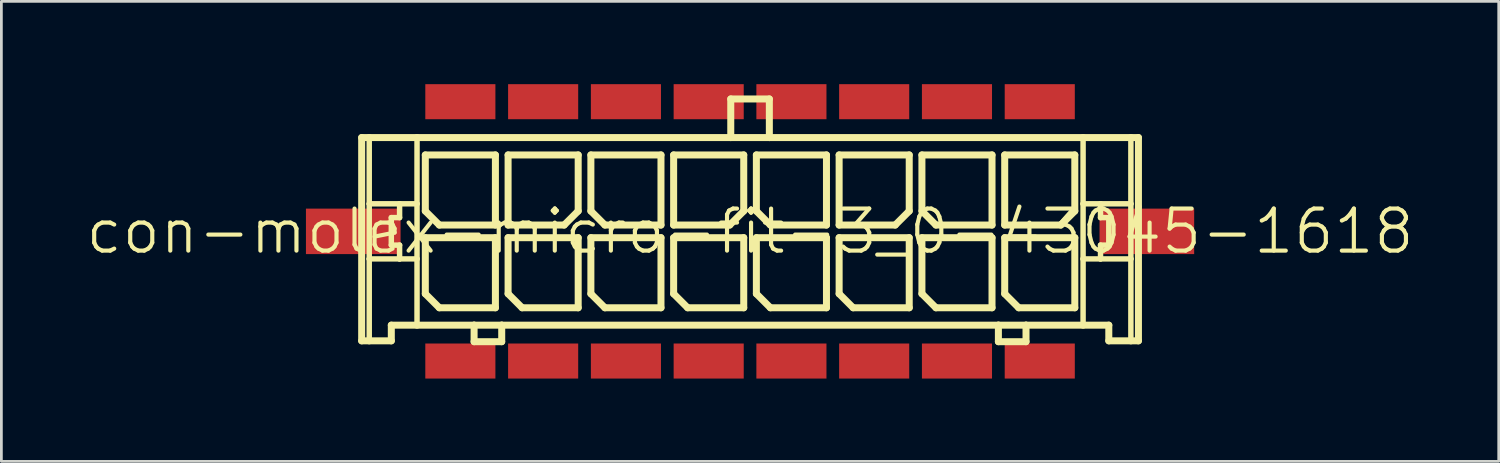
<source format=kicad_pcb>
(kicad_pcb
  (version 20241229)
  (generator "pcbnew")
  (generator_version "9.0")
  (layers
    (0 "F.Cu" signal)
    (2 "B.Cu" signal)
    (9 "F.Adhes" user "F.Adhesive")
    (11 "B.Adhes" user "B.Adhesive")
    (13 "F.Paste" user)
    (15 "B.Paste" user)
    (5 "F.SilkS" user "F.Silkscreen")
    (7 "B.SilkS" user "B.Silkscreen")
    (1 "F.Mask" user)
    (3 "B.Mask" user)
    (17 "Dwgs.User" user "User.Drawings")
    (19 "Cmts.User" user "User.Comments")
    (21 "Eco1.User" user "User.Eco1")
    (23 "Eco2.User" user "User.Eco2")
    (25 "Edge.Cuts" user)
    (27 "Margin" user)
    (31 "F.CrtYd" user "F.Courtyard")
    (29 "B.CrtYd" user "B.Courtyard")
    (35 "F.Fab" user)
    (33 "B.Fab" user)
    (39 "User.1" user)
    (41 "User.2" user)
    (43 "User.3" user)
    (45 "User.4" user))
  (footprint "con-molex-micro-fit-3_0-43045-1618"
    (layer "F.Cu")
    (at 24.13 5.334)
    (property "Reference" "con-molex-micro-fit-3_0-43045-1618" (at 0 0 0) (layer "F.SilkS") (effects (font (size 1.524 1.524) (thickness 0.15))))
    (attr smd)
    (fp_line (start -14.074 -3.399) (end -13.8 -3.399) (stroke (width 0.254) (type solid)) (layer "F.SilkS"))
    (fp_line (start -14.074 3.967) (end -14.074 -3.399) (stroke (width 0.254) (type solid)) (layer "F.SilkS"))
    (fp_line (start -13.8 -3.399) (end -12.068 -3.399) (stroke (width 0.254) (type solid)) (layer "F.SilkS"))
    (fp_line (start -13.8 -0.998) (end -13.8 -3.399) (stroke (width 0.198) (type solid)) (layer "F.SilkS"))
    (fp_line (start -13.8 0.998) (end -13.8 -0.998) (stroke (width 0.198) (type solid)) (layer "F.SilkS"))
    (fp_line (start -13.8 3.967) (end -14.074 3.967) (stroke (width 0.254) (type solid)) (layer "F.SilkS"))
    (fp_line (start -13.8 3.967) (end -13.8 0.998) (stroke (width 0.198) (type solid)) (layer "F.SilkS"))
    (fp_line (start -13 -0.498) (end -13 0.498) (stroke (width 0.198) (type solid)) (layer "F.SilkS"))
    (fp_line (start -13 0.498) (end -12.7 0.498) (stroke (width 0.198) (type solid)) (layer "F.SilkS"))
    (fp_line (start -13 3.399) (end -13 3.967) (stroke (width 0.254) (type solid)) (layer "F.SilkS"))
    (fp_line (start -13 3.967) (end -13.8 3.967) (stroke (width 0.254) (type solid)) (layer "F.SilkS"))
    (fp_line (start -12.7 -0.998) (end -13.8 -0.998) (stroke (width 0.198) (type solid)) (layer "F.SilkS"))
    (fp_line (start -12.7 -0.998) (end -12.7 -0.498) (stroke (width 0.198) (type solid)) (layer "F.SilkS"))
    (fp_line (start -12.7 -0.498) (end -13 -0.498) (stroke (width 0.198) (type solid)) (layer "F.SilkS"))
    (fp_line (start -12.7 0.498) (end -12.7 0.998) (stroke (width 0.198) (type solid)) (layer "F.SilkS"))
    (fp_line (start -12.7 0.998) (end -13.8 0.998) (stroke (width 0.198) (type solid)) (layer "F.SilkS"))
    (fp_line (start -12.068 -3.399) (end -0.699 -3.399) (stroke (width 0.254) (type solid)) (layer "F.SilkS"))
    (fp_line (start -12.068 -0.998) (end -12.7 -0.998) (stroke (width 0.198) (type solid)) (layer "F.SilkS"))
    (fp_line (start -12.068 -0.998) (end -12.068 -3.399) (stroke (width 0.198) (type solid)) (layer "F.SilkS"))
    (fp_line (start -12.068 0.998) (end -12.7 0.998) (stroke (width 0.198) (type solid)) (layer "F.SilkS"))
    (fp_line (start -12.068 0.998) (end -12.068 -0.998) (stroke (width 0.198) (type solid)) (layer "F.SilkS"))
    (fp_line (start -12.068 3.399) (end -13 3.399) (stroke (width 0.254) (type solid)) (layer "F.SilkS"))
    (fp_line (start -12.068 3.399) (end -12.068 0.998) (stroke (width 0.198) (type solid)) (layer "F.SilkS"))
    (fp_line (start -11.768 -2.769) (end -9.228 -2.769) (stroke (width 0.254) (type solid)) (layer "F.SilkS"))
    (fp_line (start -11.768 -0.737) (end -11.768 -2.769) (stroke (width 0.254) (type solid)) (layer "F.SilkS"))
    (fp_line (start -11.768 0.229) (end -9.228 0.229) (stroke (width 0.254) (type solid)) (layer "F.SilkS"))
    (fp_line (start -11.768 2.261) (end -11.768 0.229) (stroke (width 0.254) (type solid)) (layer "F.SilkS"))
    (fp_line (start -11.26 -0.229) (end -11.768 -0.737) (stroke (width 0.254) (type solid)) (layer "F.SilkS"))
    (fp_line (start -11.26 2.769) (end -11.768 2.261) (stroke (width 0.254) (type solid)) (layer "F.SilkS"))
    (fp_line (start -10 3.399) (end -12.068 3.399) (stroke (width 0.254) (type solid)) (layer "F.SilkS"))
    (fp_line (start -10 3.399) (end -10 3.998) (stroke (width 0.254) (type solid)) (layer "F.SilkS"))
    (fp_line (start -10 3.998) (end -8.999 3.998) (stroke (width 0.254) (type solid)) (layer "F.SilkS"))
    (fp_line (start -9.228 -2.769) (end -9.228 -0.229) (stroke (width 0.254) (type solid)) (layer "F.SilkS"))
    (fp_line (start -9.228 -0.229) (end -11.26 -0.229) (stroke (width 0.254) (type solid)) (layer "F.SilkS"))
    (fp_line (start -9.228 0.229) (end -9.228 2.769) (stroke (width 0.254) (type solid)) (layer "F.SilkS"))
    (fp_line (start -9.228 2.769) (end -11.26 2.769) (stroke (width 0.254) (type solid)) (layer "F.SilkS"))
    (fp_line (start -8.999 3.399) (end -10 3.399) (stroke (width 0.254) (type solid)) (layer "F.SilkS"))
    (fp_line (start -8.999 3.998) (end -8.999 3.399) (stroke (width 0.254) (type solid)) (layer "F.SilkS"))
    (fp_line (start -8.768 -2.769) (end -8.768 -0.229) (stroke (width 0.254) (type solid)) (layer "F.SilkS"))
    (fp_line (start -8.768 -0.229) (end -6.736 -0.229) (stroke (width 0.254) (type solid)) (layer "F.SilkS"))
    (fp_line (start -8.768 0.229) (end -6.228 0.229) (stroke (width 0.254) (type solid)) (layer "F.SilkS"))
    (fp_line (start -8.768 2.261) (end -8.768 0.229) (stroke (width 0.254) (type solid)) (layer "F.SilkS"))
    (fp_line (start -8.26 2.769) (end -8.768 2.261) (stroke (width 0.254) (type solid)) (layer "F.SilkS"))
    (fp_line (start -6.736 -0.229) (end -6.228 -0.737) (stroke (width 0.254) (type solid)) (layer "F.SilkS"))
    (fp_line (start -6.228 -2.769) (end -8.768 -2.769) (stroke (width 0.254) (type solid)) (layer "F.SilkS"))
    (fp_line (start -6.228 -0.737) (end -6.228 -2.769) (stroke (width 0.254) (type solid)) (layer "F.SilkS"))
    (fp_line (start -6.228 0.229) (end -6.228 2.769) (stroke (width 0.254) (type solid)) (layer "F.SilkS"))
    (fp_line (start -6.228 2.769) (end -8.26 2.769) (stroke (width 0.254) (type solid)) (layer "F.SilkS"))
    (fp_line (start -5.768 -2.769) (end -3.228 -2.769) (stroke (width 0.254) (type solid)) (layer "F.SilkS"))
    (fp_line (start -5.768 -0.737) (end -5.768 -2.769) (stroke (width 0.254) (type solid)) (layer "F.SilkS"))
    (fp_line (start -5.768 0.229) (end -3.228 0.229) (stroke (width 0.254) (type solid)) (layer "F.SilkS"))
    (fp_line (start -5.768 2.261) (end -5.768 0.229) (stroke (width 0.254) (type solid)) (layer "F.SilkS"))
    (fp_line (start -5.26 -0.229) (end -5.768 -0.737) (stroke (width 0.254) (type solid)) (layer "F.SilkS"))
    (fp_line (start -5.26 2.769) (end -5.768 2.261) (stroke (width 0.254) (type solid)) (layer "F.SilkS"))
    (fp_line (start -3.228 -2.769) (end -3.228 -0.229) (stroke (width 0.254) (type solid)) (layer "F.SilkS"))
    (fp_line (start -3.228 -0.229) (end -5.26 -0.229) (stroke (width 0.254) (type solid)) (layer "F.SilkS"))
    (fp_line (start -3.228 0.229) (end -3.228 2.769) (stroke (width 0.254) (type solid)) (layer "F.SilkS"))
    (fp_line (start -3.228 2.769) (end -5.26 2.769) (stroke (width 0.254) (type solid)) (layer "F.SilkS"))
    (fp_line (start -2.769 -2.769) (end -2.769 -0.229) (stroke (width 0.254) (type solid)) (layer "F.SilkS"))
    (fp_line (start -2.769 -0.229) (end -0.737 -0.229) (stroke (width 0.254) (type solid)) (layer "F.SilkS"))
    (fp_line (start -2.769 0.229) (end -0.229 0.229) (stroke (width 0.254) (type solid)) (layer "F.SilkS"))
    (fp_line (start -2.769 2.261) (end -2.769 0.229) (stroke (width 0.254) (type solid)) (layer "F.SilkS"))
    (fp_line (start -2.261 2.769) (end -2.769 2.261) (stroke (width 0.254) (type solid)) (layer "F.SilkS"))
    (fp_line (start -0.737 -0.229) (end -0.229 -0.737) (stroke (width 0.254) (type solid)) (layer "F.SilkS"))
    (fp_line (start -0.699 -4.798) (end -0.699 -3.399) (stroke (width 0.254) (type solid)) (layer "F.SilkS"))
    (fp_line (start -0.699 -4.798) (end 0.699 -4.798) (stroke (width 0.254) (type solid)) (layer "F.SilkS"))
    (fp_line (start -0.699 -3.399) (end 0.699 -3.399) (stroke (width 0.254) (type solid)) (layer "F.SilkS"))
    (fp_line (start -0.229 -2.769) (end -2.769 -2.769) (stroke (width 0.254) (type solid)) (layer "F.SilkS"))
    (fp_line (start -0.229 -0.737) (end -0.229 -2.769) (stroke (width 0.254) (type solid)) (layer "F.SilkS"))
    (fp_line (start -0.229 0.229) (end -0.229 2.769) (stroke (width 0.254) (type solid)) (layer "F.SilkS"))
    (fp_line (start -0.229 2.769) (end -2.261 2.769) (stroke (width 0.254) (type solid)) (layer "F.SilkS"))
    (fp_line (start 0.229 -2.769) (end 2.769 -2.769) (stroke (width 0.254) (type solid)) (layer "F.SilkS"))
    (fp_line (start 0.229 -0.737) (end 0.229 -2.769) (stroke (width 0.254) (type solid)) (layer "F.SilkS"))
    (fp_line (start 0.229 0.229) (end 2.769 0.229) (stroke (width 0.254) (type solid)) (layer "F.SilkS"))
    (fp_line (start 0.229 2.261) (end 0.229 0.229) (stroke (width 0.254) (type solid)) (layer "F.SilkS"))
    (fp_line (start 0.699 -4.798) (end 0.699 -3.399) (stroke (width 0.254) (type solid)) (layer "F.SilkS"))
    (fp_line (start 0.699 -3.399) (end 12.068 -3.399) (stroke (width 0.254) (type solid)) (layer "F.SilkS"))
    (fp_line (start 0.737 -0.229) (end 0.229 -0.737) (stroke (width 0.254) (type solid)) (layer "F.SilkS"))
    (fp_line (start 0.737 2.769) (end 0.229 2.261) (stroke (width 0.254) (type solid)) (layer "F.SilkS"))
    (fp_line (start 2.769 -2.769) (end 2.769 -0.229) (stroke (width 0.254) (type solid)) (layer "F.SilkS"))
    (fp_line (start 2.769 -0.229) (end 0.737 -0.229) (stroke (width 0.254) (type solid)) (layer "F.SilkS"))
    (fp_line (start 2.769 0.229) (end 2.769 2.769) (stroke (width 0.254) (type solid)) (layer "F.SilkS"))
    (fp_line (start 2.769 2.769) (end 0.737 2.769) (stroke (width 0.254) (type solid)) (layer "F.SilkS"))
    (fp_line (start 3.228 -2.769) (end 3.228 -0.229) (stroke (width 0.254) (type solid)) (layer "F.SilkS"))
    (fp_line (start 3.228 -0.229) (end 5.26 -0.229) (stroke (width 0.254) (type solid)) (layer "F.SilkS"))
    (fp_line (start 3.228 0.229) (end 5.768 0.229) (stroke (width 0.254) (type solid)) (layer "F.SilkS"))
    (fp_line (start 3.228 2.261) (end 3.228 0.229) (stroke (width 0.254) (type solid)) (layer "F.SilkS"))
    (fp_line (start 3.736 2.769) (end 3.228 2.261) (stroke (width 0.254) (type solid)) (layer "F.SilkS"))
    (fp_line (start 5.26 -0.229) (end 5.768 -0.737) (stroke (width 0.254) (type solid)) (layer "F.SilkS"))
    (fp_line (start 5.768 -2.769) (end 3.228 -2.769) (stroke (width 0.254) (type solid)) (layer "F.SilkS"))
    (fp_line (start 5.768 -0.737) (end 5.768 -2.769) (stroke (width 0.254) (type solid)) (layer "F.SilkS"))
    (fp_line (start 5.768 0.229) (end 5.768 2.769) (stroke (width 0.254) (type solid)) (layer "F.SilkS"))
    (fp_line (start 5.768 2.769) (end 3.736 2.769) (stroke (width 0.254) (type solid)) (layer "F.SilkS"))
    (fp_line (start 6.228 -2.769) (end 8.768 -2.769) (stroke (width 0.254) (type solid)) (layer "F.SilkS"))
    (fp_line (start 6.228 -0.737) (end 6.228 -2.769) (stroke (width 0.254) (type solid)) (layer "F.SilkS"))
    (fp_line (start 6.228 0.229) (end 8.768 0.229) (stroke (width 0.254) (type solid)) (layer "F.SilkS"))
    (fp_line (start 6.228 2.261) (end 6.228 0.229) (stroke (width 0.254) (type solid)) (layer "F.SilkS"))
    (fp_line (start 6.736 -0.229) (end 6.228 -0.737) (stroke (width 0.254) (type solid)) (layer "F.SilkS"))
    (fp_line (start 6.736 2.769) (end 6.228 2.261) (stroke (width 0.254) (type solid)) (layer "F.SilkS"))
    (fp_line (start 8.768 -2.769) (end 8.768 -0.229) (stroke (width 0.254) (type solid)) (layer "F.SilkS"))
    (fp_line (start 8.768 -0.229) (end 6.736 -0.229) (stroke (width 0.254) (type solid)) (layer "F.SilkS"))
    (fp_line (start 8.768 0.229) (end 8.768 2.769) (stroke (width 0.254) (type solid)) (layer "F.SilkS"))
    (fp_line (start 8.768 2.769) (end 6.736 2.769) (stroke (width 0.254) (type solid)) (layer "F.SilkS"))
    (fp_line (start 8.999 3.399) (end -8.999 3.399) (stroke (width 0.254) (type solid)) (layer "F.SilkS"))
    (fp_line (start 8.999 3.399) (end 8.999 3.998) (stroke (width 0.254) (type solid)) (layer "F.SilkS"))
    (fp_line (start 8.999 3.998) (end 10 3.998) (stroke (width 0.254) (type solid)) (layer "F.SilkS"))
    (fp_line (start 9.228 -2.769) (end 9.228 -0.229) (stroke (width 0.254) (type solid)) (layer "F.SilkS"))
    (fp_line (start 9.228 -0.229) (end 11.26 -0.229) (stroke (width 0.254) (type solid)) (layer "F.SilkS"))
    (fp_line (start 9.228 0.229) (end 11.768 0.229) (stroke (width 0.254) (type solid)) (layer "F.SilkS"))
    (fp_line (start 9.228 2.261) (end 9.228 0.229) (stroke (width 0.254) (type solid)) (layer "F.SilkS"))
    (fp_line (start 9.736 2.769) (end 9.228 2.261) (stroke (width 0.254) (type solid)) (layer "F.SilkS"))
    (fp_line (start 10 3.399) (end 8.999 3.399) (stroke (width 0.254) (type solid)) (layer "F.SilkS"))
    (fp_line (start 10 3.998) (end 10 3.399) (stroke (width 0.254) (type solid)) (layer "F.SilkS"))
    (fp_line (start 11.26 -0.229) (end 11.768 -0.737) (stroke (width 0.254) (type solid)) (layer "F.SilkS"))
    (fp_line (start 11.768 -2.769) (end 9.228 -2.769) (stroke (width 0.254) (type solid)) (layer "F.SilkS"))
    (fp_line (start 11.768 -0.737) (end 11.768 -2.769) (stroke (width 0.254) (type solid)) (layer "F.SilkS"))
    (fp_line (start 11.768 0.229) (end 11.768 2.769) (stroke (width 0.254) (type solid)) (layer "F.SilkS"))
    (fp_line (start 11.768 2.769) (end 9.736 2.769) (stroke (width 0.254) (type solid)) (layer "F.SilkS"))
    (fp_line (start 12.068 -3.399) (end 12.068 -0.998) (stroke (width 0.198) (type solid)) (layer "F.SilkS"))
    (fp_line (start 12.068 -3.399) (end 13.8 -3.399) (stroke (width 0.254) (type solid)) (layer "F.SilkS"))
    (fp_line (start 12.068 -0.998) (end 12.068 0.998) (stroke (width 0.198) (type solid)) (layer "F.SilkS"))
    (fp_line (start 12.068 -0.998) (end 12.7 -0.998) (stroke (width 0.198) (type solid)) (layer "F.SilkS"))
    (fp_line (start 12.068 0.998) (end 12.068 3.399) (stroke (width 0.198) (type solid)) (layer "F.SilkS"))
    (fp_line (start 12.068 0.998) (end 12.7 0.998) (stroke (width 0.198) (type solid)) (layer "F.SilkS"))
    (fp_line (start 12.068 3.399) (end 10 3.399) (stroke (width 0.254) (type solid)) (layer "F.SilkS"))
    (fp_line (start 12.7 -0.998) (end 12.7 -0.498) (stroke (width 0.198) (type solid)) (layer "F.SilkS"))
    (fp_line (start 12.7 -0.998) (end 13.8 -0.998) (stroke (width 0.198) (type solid)) (layer "F.SilkS"))
    (fp_line (start 12.7 -0.498) (end 13 -0.498) (stroke (width 0.198) (type solid)) (layer "F.SilkS"))
    (fp_line (start 12.7 0.498) (end 12.7 0.998) (stroke (width 0.198) (type solid)) (layer "F.SilkS"))
    (fp_line (start 12.7 0.998) (end 13.8 0.998) (stroke (width 0.198) (type solid)) (layer "F.SilkS"))
    (fp_line (start 13 -0.498) (end 13 0.498) (stroke (width 0.198) (type solid)) (layer "F.SilkS"))
    (fp_line (start 13 0.498) (end 12.7 0.498) (stroke (width 0.198) (type solid)) (layer "F.SilkS"))
    (fp_line (start 13 3.399) (end 12.068 3.399) (stroke (width 0.254) (type solid)) (layer "F.SilkS"))
    (fp_line (start 13 3.967) (end 13 3.399) (stroke (width 0.254) (type solid)) (layer "F.SilkS"))
    (fp_line (start 13 3.967) (end 13.8 3.967) (stroke (width 0.254) (type solid)) (layer "F.SilkS"))
    (fp_line (start 13.8 -3.399) (end 14.074 -3.399) (stroke (width 0.254) (type solid)) (layer "F.SilkS"))
    (fp_line (start 13.8 -0.998) (end 13.8 -3.399) (stroke (width 0.198) (type solid)) (layer "F.SilkS"))
    (fp_line (start 13.8 0.998) (end 13.8 -0.998) (stroke (width 0.198) (type solid)) (layer "F.SilkS"))
    (fp_line (start 13.8 3.967) (end 13.8 0.998) (stroke (width 0.198) (type solid)) (layer "F.SilkS"))
    (fp_line (start 13.8 3.967) (end 14.074 3.967) (stroke (width 0.254) (type solid)) (layer "F.SilkS"))
    (fp_line (start 14.074 -3.399) (end 14.074 3.967) (stroke (width 0.254) (type solid)) (layer "F.SilkS"))
    (pad "CLIP" smd rect (at -14.379 0) (size 3.429 1.648) (layers "F.Cu" "F.Mask" "F.Paste"))
    (pad "CLIP" smd rect (at 14.379 0) (size 3.429 1.648) (layers "F.Cu" "F.Mask" "F.Paste"))
    (pad "P$1" smd rect (at 10.498 4.699) (size 2.54 1.27) (layers "F.Cu" "F.Mask" "F.Paste"))
    (pad "P$2" smd rect (at 7.498 4.699) (size 2.54 1.27) (layers "F.Cu" "F.Mask" "F.Paste"))
    (pad "P$3" smd rect (at 4.498 4.699) (size 2.54 1.27) (layers "F.Cu" "F.Mask" "F.Paste"))
    (pad "P$4" smd rect (at 1.499 4.699) (size 2.54 1.27) (layers "F.Cu" "F.Mask" "F.Paste"))
    (pad "P$5" smd rect (at -1.499 4.699) (size 2.54 1.27) (layers "F.Cu" "F.Mask" "F.Paste"))
    (pad "P$6" smd rect (at -4.498 4.699) (size 2.54 1.27) (layers "F.Cu" "F.Mask" "F.Paste"))
    (pad "P$7" smd rect (at -7.498 4.699) (size 2.54 1.27) (layers "F.Cu" "F.Mask" "F.Paste"))
    (pad "P$8" smd rect (at -10.498 4.699) (size 2.54 1.27) (layers "F.Cu" "F.Mask" "F.Paste"))
    (pad "P$9" smd rect (at 10.498 -4.699) (size 2.54 1.27) (layers "F.Cu" "F.Mask" "F.Paste"))
    (pad "P$10" smd rect (at 7.498 -4.699) (size 2.54 1.27) (layers "F.Cu" "F.Mask" "F.Paste"))
    (pad "P$11" smd rect (at 4.498 -4.699) (size 2.54 1.27) (layers "F.Cu" "F.Mask" "F.Paste"))
    (pad "P$12" smd rect (at 1.499 -4.699) (size 2.54 1.27) (layers "F.Cu" "F.Mask" "F.Paste"))
    (pad "P$13" smd rect (at -1.499 -4.699) (size 2.54 1.27) (layers "F.Cu" "F.Mask" "F.Paste"))
    (pad "P$14" smd rect (at -4.498 -4.699) (size 2.54 1.27) (layers "F.Cu" "F.Mask" "F.Paste"))
    (pad "P$15" smd rect (at -7.498 -4.699) (size 2.54 1.27) (layers "F.Cu" "F.Mask" "F.Paste"))
    (pad "P$16" smd rect (at -10.498 -4.699) (size 2.54 1.27) (layers "F.Cu" "F.Mask" "F.Paste")))
  (gr_rect
    (start -3 -3)
    (end 51.26 13.668)
    (stroke (width 0.1) (type default))
    (fill no)
    (layer "Edge.Cuts")))
</source>
